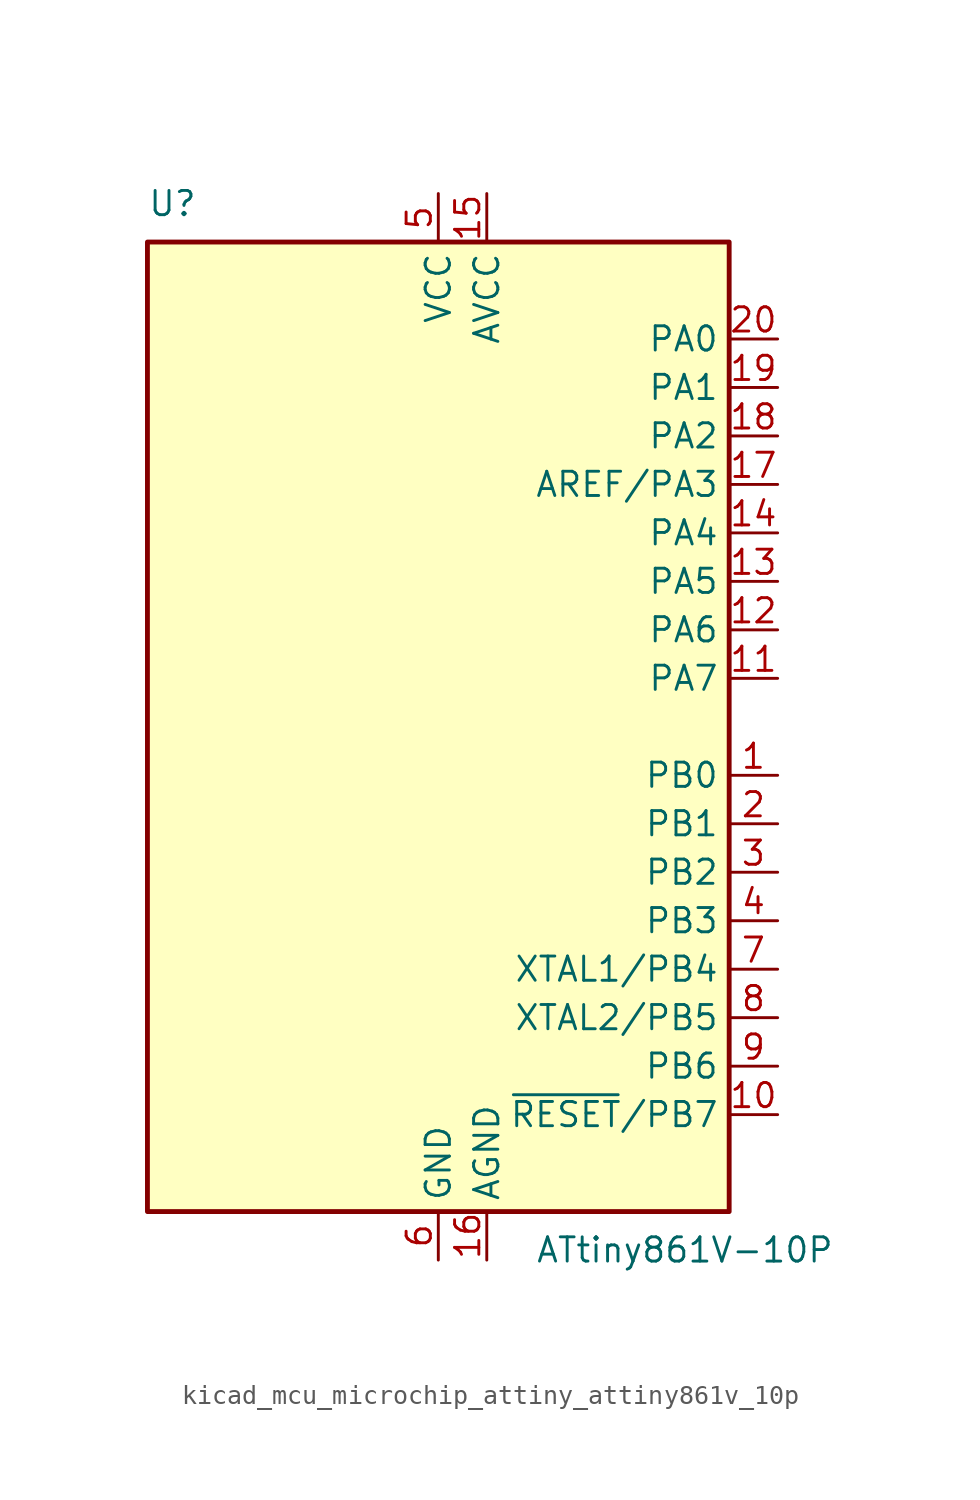
<source format=kicad_sym>
(kicad_symbol_lib
  (version 20220914)
  (generator kicad_symbol_editor)
  (symbol "kicad_mcu_microchip_attiny_attiny861v_10p"
    (property "Reference" "U"
      (at -15.24 26.67 0)
      (effects (font (size 1.27 1.27)) (justify left bottom)))
    (property "Value" "ATtiny861V-10P"
      (at 5.08 -26.67 0)
      (effects (font (size 1.27 1.27)) (justify left top)))
    (symbol "kicad_mcu_microchip_attiny_attiny861v_10p_0_1"
      (rectangle (start -15.24 -25.4) (end 15.24 25.4) (stroke (width 0.254) (type default)) (fill (type background))))
    (symbol "kicad_mcu_microchip_attiny_attiny861v_10p_1_1"
      (pin bidirectional line (at 17.78 -2.54 180) (length 2.54) (name "PB0" (effects (font (size 1.27 1.27)))) (number "1" (effects (font (size 1.27 1.27)))))
      (pin bidirectional line (at 17.78 -20.32 180) (length 2.54) (name "~{RESET}/PB7" (effects (font (size 1.27 1.27)))) (number "10" (effects (font (size 1.27 1.27)))))
      (pin bidirectional line (at 17.78 2.54 180) (length 2.54) (name "PA7" (effects (font (size 1.27 1.27)))) (number "11" (effects (font (size 1.27 1.27)))))
      (pin bidirectional line (at 17.78 5.08 180) (length 2.54) (name "PA6" (effects (font (size 1.27 1.27)))) (number "12" (effects (font (size 1.27 1.27)))))
      (pin bidirectional line (at 17.78 7.62 180) (length 2.54) (name "PA5" (effects (font (size 1.27 1.27)))) (number "13" (effects (font (size 1.27 1.27)))))
      (pin bidirectional line (at 17.78 10.16 180) (length 2.54) (name "PA4" (effects (font (size 1.27 1.27)))) (number "14" (effects (font (size 1.27 1.27)))))
      (pin power_in line (at 2.54 27.94 270) (length 2.54) (name "AVCC" (effects (font (size 1.27 1.27)))) (number "15" (effects (font (size 1.27 1.27)))))
      (pin power_in line (at 2.54 -27.94 90) (length 2.54) (name "AGND" (effects (font (size 1.27 1.27)))) (number "16" (effects (font (size 1.27 1.27)))))
      (pin bidirectional line (at 17.78 12.7 180) (length 2.54) (name "AREF/PA3" (effects (font (size 1.27 1.27)))) (number "17" (effects (font (size 1.27 1.27)))))
      (pin bidirectional line (at 17.78 15.24 180) (length 2.54) (name "PA2" (effects (font (size 1.27 1.27)))) (number "18" (effects (font (size 1.27 1.27)))))
      (pin bidirectional line (at 17.78 17.78 180) (length 2.54) (name "PA1" (effects (font (size 1.27 1.27)))) (number "19" (effects (font (size 1.27 1.27)))))
      (pin bidirectional line (at 17.78 -5.08 180) (length 2.54) (name "PB1" (effects (font (size 1.27 1.27)))) (number "2" (effects (font (size 1.27 1.27)))))
      (pin bidirectional line (at 17.78 20.32 180) (length 2.54) (name "PA0" (effects (font (size 1.27 1.27)))) (number "20" (effects (font (size 1.27 1.27)))))
      (pin bidirectional line (at 17.78 -7.62 180) (length 2.54) (name "PB2" (effects (font (size 1.27 1.27)))) (number "3" (effects (font (size 1.27 1.27)))))
      (pin bidirectional line (at 17.78 -10.16 180) (length 2.54) (name "PB3" (effects (font (size 1.27 1.27)))) (number "4" (effects (font (size 1.27 1.27)))))
      (pin power_in line (at 0 27.94 270) (length 2.54) (name "VCC" (effects (font (size 1.27 1.27)))) (number "5" (effects (font (size 1.27 1.27)))))
      (pin power_in line (at 0 -27.94 90) (length 2.54) (name "GND" (effects (font (size 1.27 1.27)))) (number "6" (effects (font (size 1.27 1.27)))))
      (pin bidirectional line (at 17.78 -12.7 180) (length 2.54) (name "XTAL1/PB4" (effects (font (size 1.27 1.27)))) (number "7" (effects (font (size 1.27 1.27)))))
      (pin bidirectional line (at 17.78 -15.24 180) (length 2.54) (name "XTAL2/PB5" (effects (font (size 1.27 1.27)))) (number "8" (effects (font (size 1.27 1.27)))))
      (pin bidirectional line (at 17.78 -17.78 180) (length 2.54) (name "PB6" (effects (font (size 1.27 1.27)))) (number "9" (effects (font (size 1.27 1.27))))))))
</source>
